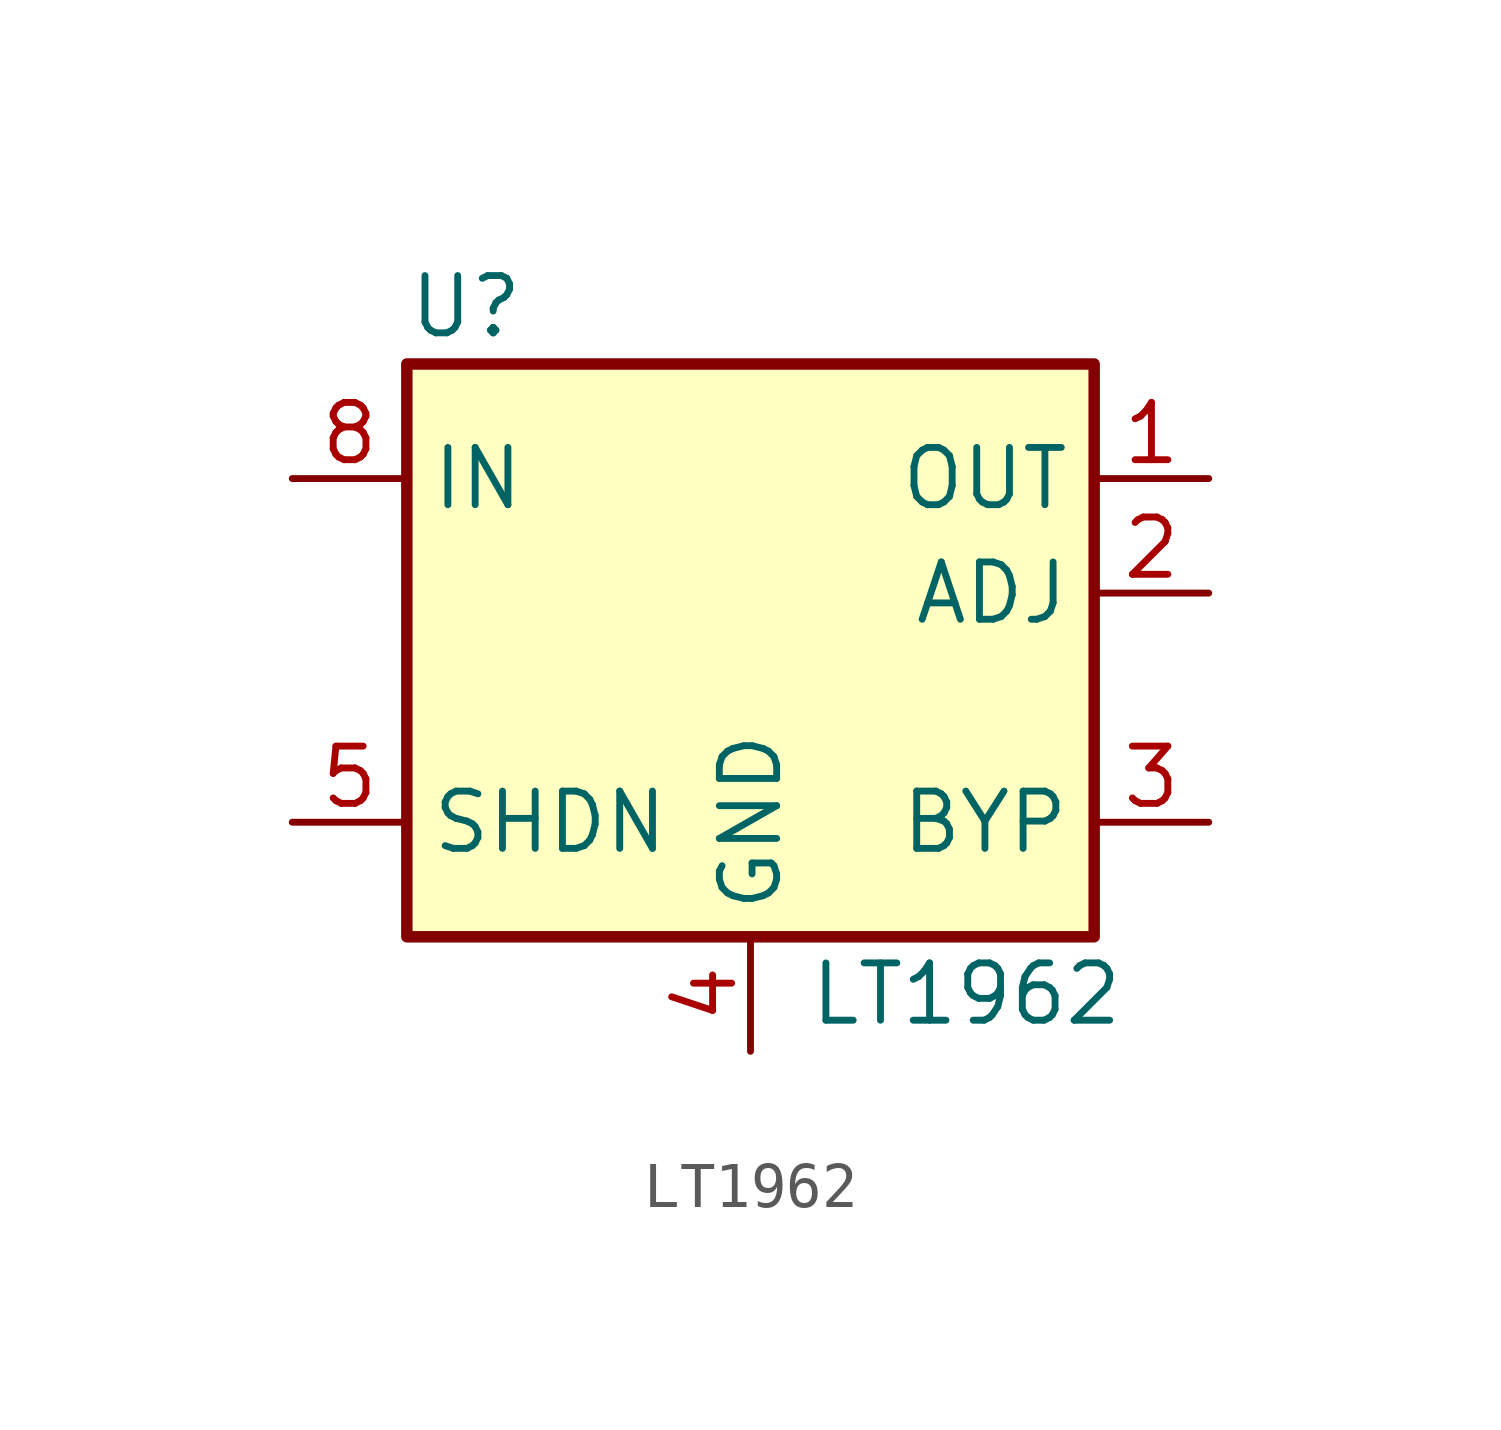
<source format=kicad_sym>
(kicad_symbol_lib
  (version 20231120)
  (generator "kicad_symbol_editor")
  (generator_version "8.0")
  (symbol "LT1962"
    (property "Reference" "U"
      (at -7.62 8.89 0)
      (effects (font (size 1.27 1.27)) (justify left)))
    (property "Value" "LT1962"
      (at 1.27 -6.35 0)
      (effects (font (size 1.27 1.27)) (justify left)))
    (symbol "LT1962_0_1"
      (rectangle (start -7.62 7.62) (end 7.62 -5.08) (stroke (width 0.254) (type default)) (fill (type background))))
    (symbol "LT1962_1_1"
      (pin passive line (at 10.16 5.08 180) (length 2.54) (name "OUT" (effects (font (size 1.27 1.27)))) (number "1" (effects (font (size 1.27 1.27)))))
      (pin passive line (at 10.16 2.54 180) (length 2.54) (name "ADJ" (effects (font (size 1.27 1.27)))) (number "2" (effects (font (size 1.27 1.27)))))
      (pin passive line (at 10.16 -2.54 180) (length 2.54) (name "BYP" (effects (font (size 1.27 1.27)))) (number "3" (effects (font (size 1.27 1.27)))))
      (pin passive line (at 0 -7.62 90) (length 2.54) (name "GND" (effects (font (size 1.27 1.27)))) (number "4" (effects (font (size 1.27 1.27)))))
      (pin passive line (at -10.16 -2.54 0) (length 2.54) (name "SHDN" (effects (font (size 1.27 1.27)))) (number "5" (effects (font (size 1.27 1.27)))))
      (pin passive line (at -10.16 5.08 0) (length 2.54) (name "IN" (effects (font (size 1.27 1.27)))) (number "8" (effects (font (size 1.27 1.27))))))))
</source>
